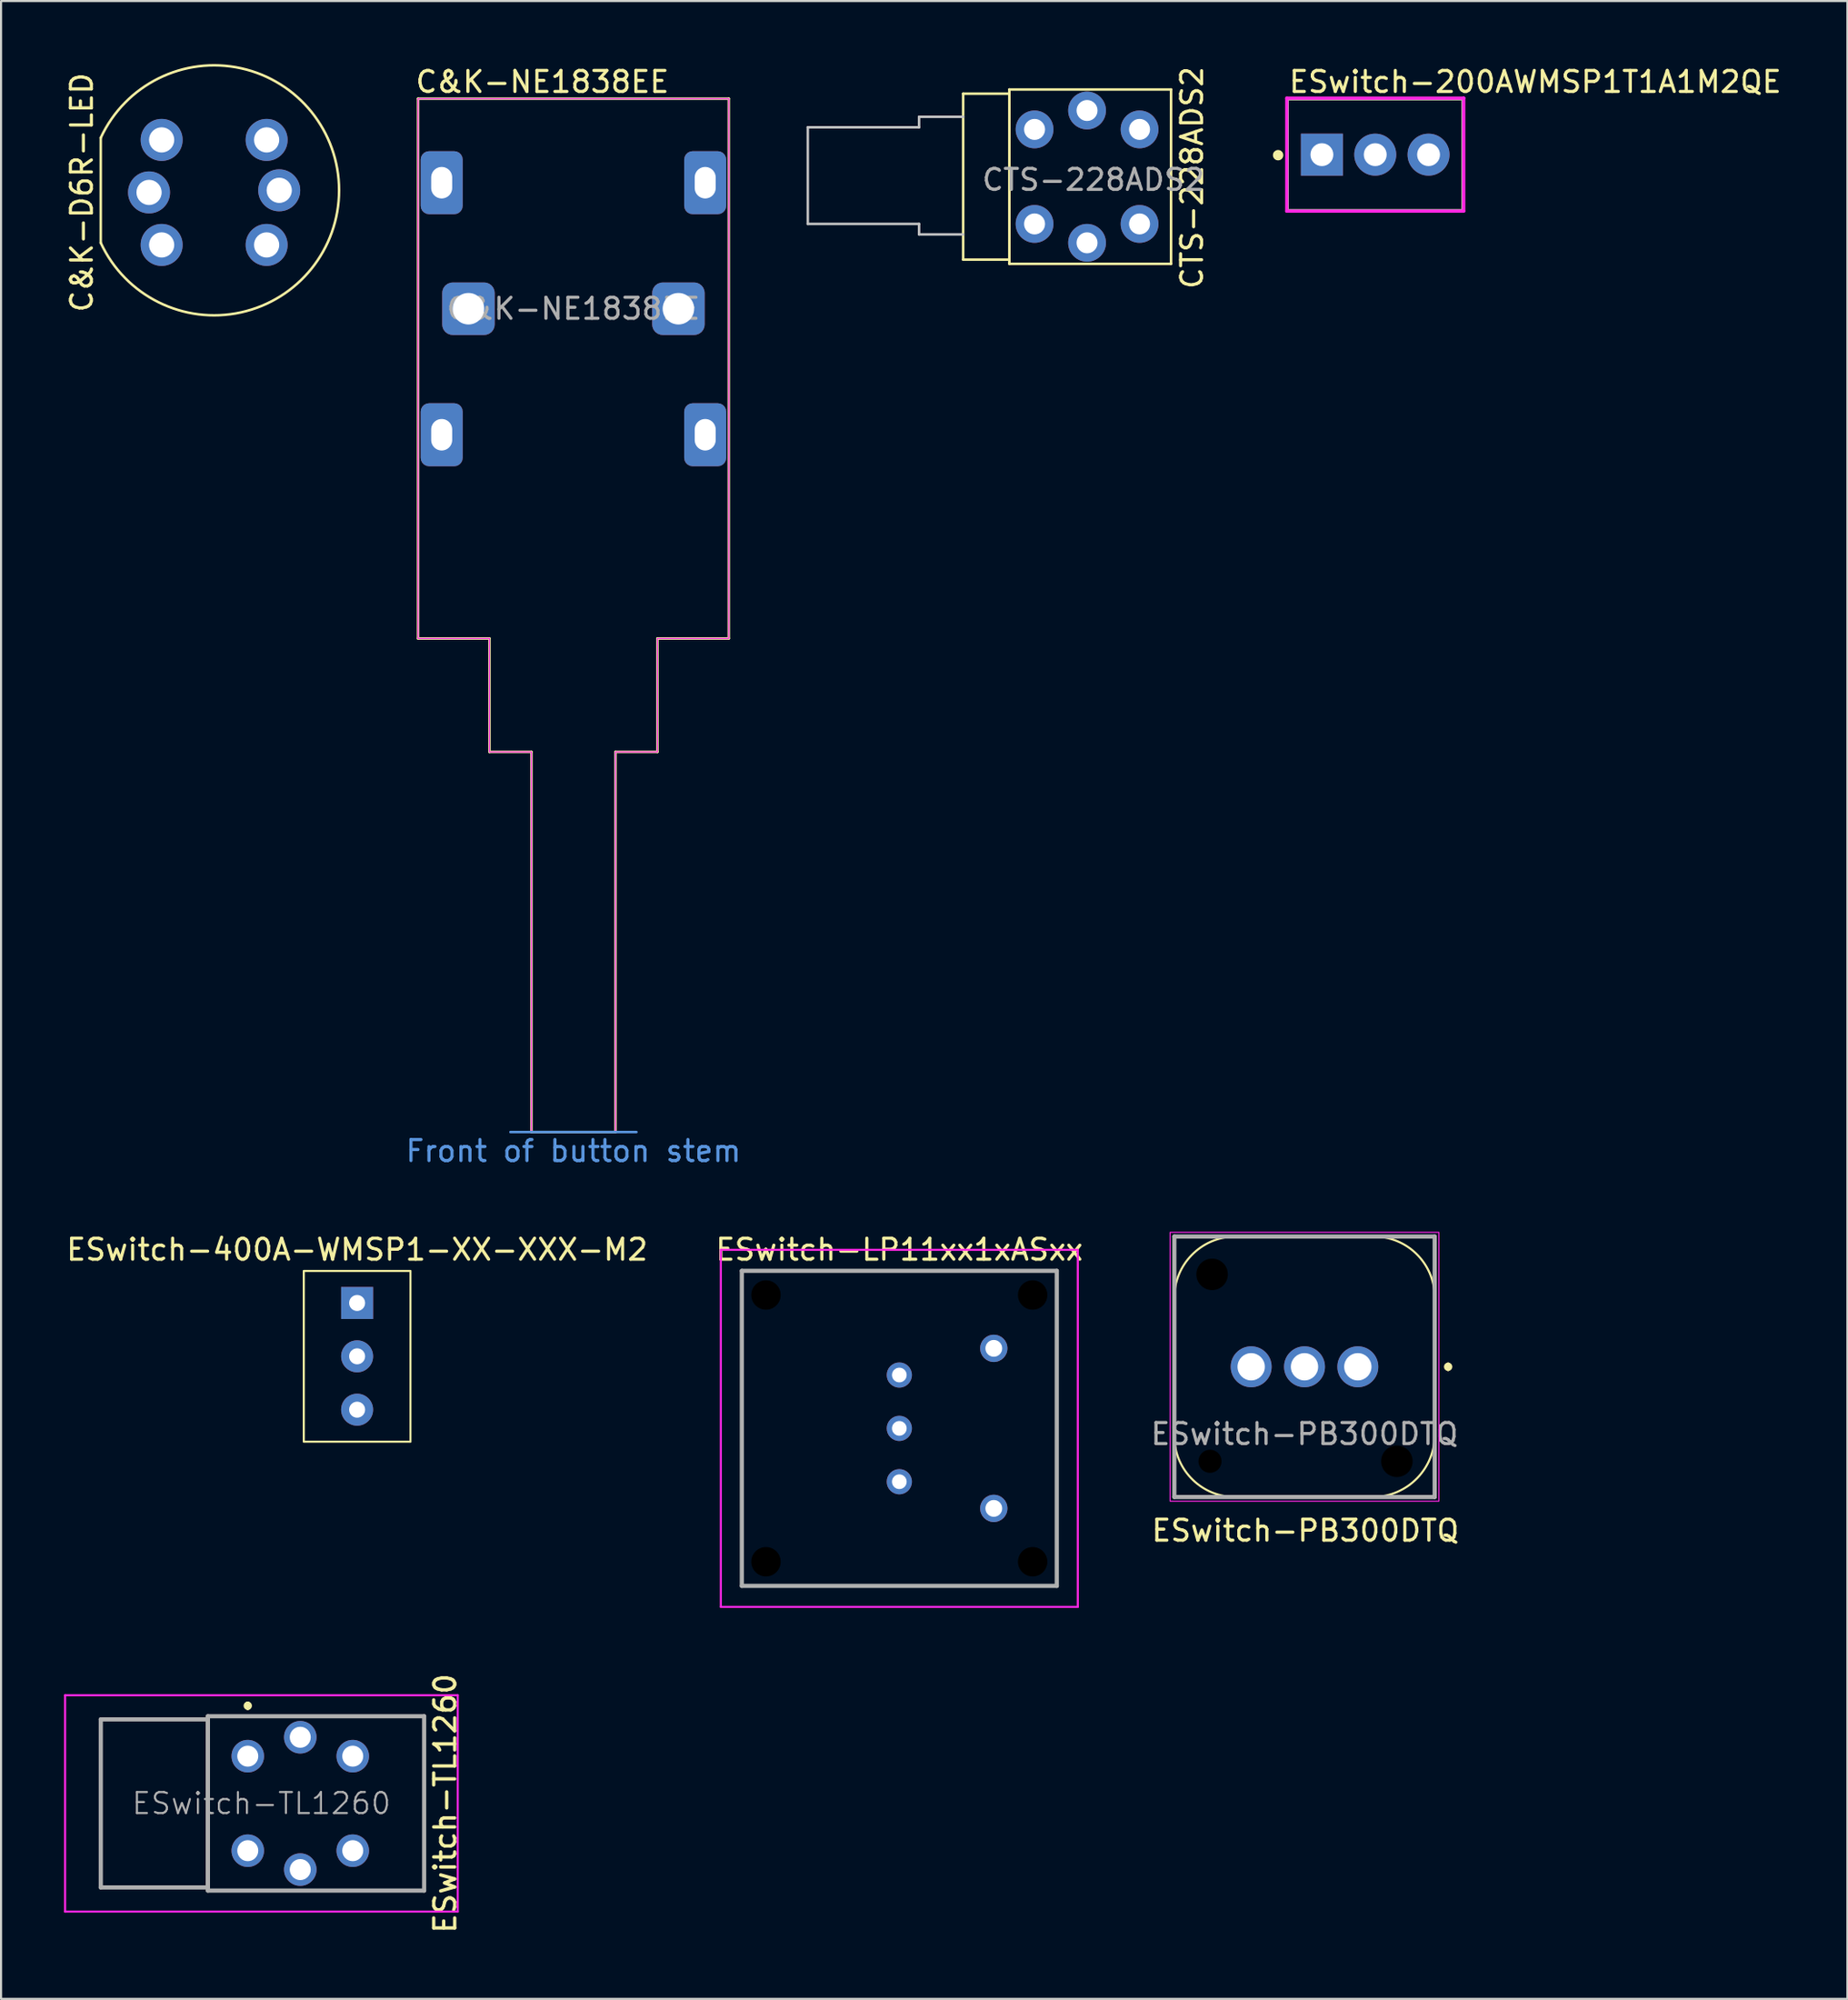
<source format=kicad_pcb>
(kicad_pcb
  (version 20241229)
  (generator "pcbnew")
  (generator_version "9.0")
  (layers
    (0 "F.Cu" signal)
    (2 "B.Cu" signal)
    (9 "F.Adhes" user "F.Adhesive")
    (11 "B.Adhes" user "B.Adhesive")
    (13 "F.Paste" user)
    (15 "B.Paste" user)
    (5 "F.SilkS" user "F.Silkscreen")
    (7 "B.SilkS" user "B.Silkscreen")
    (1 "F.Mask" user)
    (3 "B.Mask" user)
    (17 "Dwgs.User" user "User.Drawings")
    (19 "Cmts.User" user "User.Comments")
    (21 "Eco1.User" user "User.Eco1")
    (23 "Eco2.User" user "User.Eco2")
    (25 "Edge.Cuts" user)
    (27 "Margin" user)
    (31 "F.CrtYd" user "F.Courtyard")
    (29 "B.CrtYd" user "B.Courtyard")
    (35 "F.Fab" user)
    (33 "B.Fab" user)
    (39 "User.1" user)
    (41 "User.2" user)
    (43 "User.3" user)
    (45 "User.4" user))
  (footprint "ESwitch-LP11xx1xASxx"
    (layer "F.Cu")
    (at 39.78 64.945)
    (property "Reference" "ESwitch-LP11xx1xASxx" (at 0 -8.5 0) (layer "F.SilkS") (effects (font (size 1 1) (thickness 0.15))))
    (attr through_hole)
    (fp_line (start -7.5 -7.49) (end 7.5 -7.49) (stroke (width 0.1) (type solid)) (layer "F.SilkS"))
    (fp_line (start -7.5 7.51) (end -7.5 -7.49) (stroke (width 0.1) (type solid)) (layer "F.SilkS"))
    (fp_line (start 7.5 -7.49) (end 7.5 7.51) (stroke (width 0.1) (type solid)) (layer "F.SilkS"))
    (fp_line (start 7.5 7.51) (end -7.5 7.51) (stroke (width 0.1) (type solid)) (layer "F.SilkS"))
    (fp_line (start -8.5 -8.49) (end 8.5 -8.49) (stroke (width 0.1) (type solid)) (layer "F.CrtYd"))
    (fp_line (start -8.5 8.51) (end -8.5 -8.49) (stroke (width 0.1) (type solid)) (layer "F.CrtYd"))
    (fp_line (start 8.5 -8.49) (end 8.5 8.51) (stroke (width 0.1) (type solid)) (layer "F.CrtYd"))
    (fp_line (start 8.5 8.51) (end -8.5 8.51) (stroke (width 0.1) (type solid)) (layer "F.CrtYd"))
    (fp_line (start -7.5 -7.49) (end 7.5 -7.49) (stroke (width 0.2) (type solid)) (layer "F.Fab"))
    (fp_line (start -7.5 7.51) (end -7.5 -7.49) (stroke (width 0.2) (type solid)) (layer "F.Fab"))
    (fp_line (start 7.5 -7.49) (end 7.5 7.51) (stroke (width 0.2) (type solid)) (layer "F.Fab"))
    (fp_line (start 7.5 7.51) (end -7.5 7.51) (stroke (width 0.2) (type solid)) (layer "F.Fab"))
    (pad "" np_thru_hole circle (at -6.35 -6.34) (size 2.1 2.1) (drill 1.4) (layers "*.Mask"))
    (pad "" np_thru_hole circle (at -6.35 6.36) (size 2.1 2.1) (drill 1.4) (layers "*.Mask"))
    (pad "" np_thru_hole circle (at 6.35 -6.34) (size 2.1 2.1) (drill 1.4) (layers "*.Mask"))
    (pad "" np_thru_hole circle (at 6.35 6.36) (size 2.1 2.1) (drill 1.4) (layers "*.Mask"))
    (pad "1" thru_hole circle (at 4.5 -3.8) (size 1.3 1.3) (drill 0.8) (layers "*.Cu" "*.Mask"))
    (pad "2" thru_hole circle (at 4.5 3.82) (size 1.3 1.3) (drill 0.8) (layers "*.Cu" "*.Mask"))
    (pad "L1" thru_hole circle (at 0 -2.53) (size 1.2 1.2) (drill 0.7) (layers "*.Cu" "*.Mask"))
    (pad "L2" thru_hole circle (at 0 2.55) (size 1.2 1.2) (drill 0.7) (layers "*.Cu" "*.Mask"))
    (pad "LC" thru_hole circle (at 0 0.01) (size 1.2 1.2) (drill 0.7) (layers "*.Cu" "*.Mask")))
  (footprint "ESwitch-400A-WMSP1-XX-XXX-M2"
    (layer "F.Cu")
    (at 13.958 61.525)
    (property "Reference" "ESwitch-400A-WMSP1-XX-XXX-M2" (at 0 -5.08 0) (unlocked yes) (layer "F.SilkS") (effects (font (size 1 1) (thickness 0.15))))
    (attr through_hole)
    (fp_rect (start -2.54 -4.065) (end 2.54 4.065) (stroke (width 0.1) (type default)) (fill no) (layer "F.SilkS"))
    (pad "1" thru_hole rect (at 0 -2.54) (size 1.524 1.524) (drill 0.762) (layers "*.Cu" "*.Mask"))
    (pad "2" thru_hole circle (at 0 0) (size 1.524 1.524) (drill 0.762) (layers "*.Cu" "*.Mask"))
    (pad "3" thru_hole circle (at 0 2.54) (size 1.524 1.524) (drill 0.762) (layers "*.Cu" "*.Mask")))
  (footprint "ESwitch-200AWMSP1T1A1M2QE"
    (layer "F.Cu")
    (at 62.445 4.313)
    (property "Reference" "ESwitch-200AWMSP1T1A1M2QE" (at -4.19 -3.465 0) (layer "F.SilkS") (effects (font (size 1 1) (thickness 0.15)) (justify left)))
    (attr through_hole)
    (fp_line (start -4.19 -2.665) (end 4.19 -2.665) (stroke (width 0.15) (type solid)) (layer "F.SilkS"))
    (fp_line (start -4.19 2.665) (end -4.19 -2.665) (stroke (width 0.15) (type solid)) (layer "F.SilkS"))
    (fp_line (start -4.19 2.665) (end 4.19 2.665) (stroke (width 0.15) (type solid)) (layer "F.SilkS"))
    (fp_line (start 4.19 2.665) (end 4.19 -2.665) (stroke (width 0.15) (type solid)) (layer "F.SilkS"))
    (fp_circle (center -4.625 0.025) (end -4.5 0.025) (stroke (width 0.25) (type solid)) (fill no) (layer "F.SilkS"))
    (fp_line (start -4.215 -2.69) (end -4.215 2.69) (stroke (width 0.15) (type solid)) (layer "F.CrtYd"))
    (fp_line (start -4.215 2.69) (end 4.215 2.69) (stroke (width 0.15) (type solid)) (layer "F.CrtYd"))
    (fp_line (start 4.215 -2.69) (end -4.215 -2.69) (stroke (width 0.15) (type solid)) (layer "F.CrtYd"))
    (fp_line (start 4.215 -2.69) (end 4.215 -2.69) (stroke (width 0.15) (type solid)) (layer "F.CrtYd"))
    (fp_line (start 4.215 2.69) (end 4.215 -2.69) (stroke (width 0.15) (type solid)) (layer "F.CrtYd"))
    (fp_line (start -4.19 -2.665) (end 4.19 -2.665) (stroke (width 0.15) (type solid)) (layer "F.Fab"))
    (fp_line (start -4.19 2.665) (end -4.19 -2.665) (stroke (width 0.15) (type solid)) (layer "F.Fab"))
    (fp_line (start 4.19 -2.665) (end 4.19 2.665) (stroke (width 0.15) (type solid)) (layer "F.Fab"))
    (fp_line (start 4.19 2.665) (end -4.19 2.665) (stroke (width 0.15) (type solid)) (layer "F.Fab"))
    (pad "1" thru_hole rect (at -2.54 0) (size 2 2) (drill 1.09) (layers "*.Cu" "*.Mask"))
    (pad "2" thru_hole circle (at 0 0) (size 2 2) (drill 1.09) (layers "*.Cu" "*.Mask"))
    (pad "3" thru_hole circle (at 2.54 0) (size 2 2) (drill 1.09) (layers "*.Cu" "*.Mask")))
  (footprint "ESwitch-TL1260"
    (layer "F.Cu")
    (at 8.75 80.561)
    (property "Reference" "ESwitch-TL1260" (at 9.4 2.25 90) (layer "F.SilkS") (effects (font (size 1 1) (thickness 0.16))))
    (attr through_hole)
    (fp_line (start -1.9 -1.9) (end 8.4 -1.9) (stroke (width 0.1) (type solid)) (layer "F.SilkS"))
    (fp_line (start -1.9 6.4) (end -1.9 -1.9) (stroke (width 0.1) (type solid)) (layer "F.SilkS"))
    (fp_line (start 0 -2.5) (end 0 -2.5) (stroke (width 0.2) (type solid)) (layer "F.SilkS"))
    (fp_line (start 0 -2.3) (end 0 -2.3) (stroke (width 0.2) (type solid)) (layer "F.SilkS"))
    (fp_line (start 8.4 -1.9) (end 8.4 6.4) (stroke (width 0.1) (type solid)) (layer "F.SilkS"))
    (fp_line (start 8.4 6.4) (end -1.9 6.4) (stroke (width 0.1) (type solid)) (layer "F.SilkS"))
    (fp_arc (start 0 -2.5) (mid 0.1 -2.4) (end 0 -2.3) (stroke (width 0.2) (type solid)) (layer "F.SilkS"))
    (fp_arc (start 0 -2.3) (mid -0.1 -2.4) (end 0 -2.5) (stroke (width 0.2) (type solid)) (layer "F.SilkS"))
    (fp_line (start -8.7 -2.9) (end 10 -2.9) (stroke (width 0.1) (type solid)) (layer "F.CrtYd"))
    (fp_line (start -8.7 7.4) (end -8.7 -2.9) (stroke (width 0.1) (type solid)) (layer "F.CrtYd"))
    (fp_line (start 10 -2.9) (end 10 7.4) (stroke (width 0.1) (type solid)) (layer "F.CrtYd"))
    (fp_line (start 10 7.4) (end -8.7 7.4) (stroke (width 0.1) (type solid)) (layer "F.CrtYd"))
    (fp_line (start -7 -1.75) (end -7 6.25) (stroke (width 0.2) (type solid)) (layer "F.Fab"))
    (fp_line (start -7 6.25) (end -1.9 6.25) (stroke (width 0.2) (type solid)) (layer "F.Fab"))
    (fp_line (start -1.9 -1.9) (end 8.4 -1.9) (stroke (width 0.2) (type solid)) (layer "F.Fab"))
    (fp_line (start -1.9 -1.75) (end -7 -1.75) (stroke (width 0.2) (type solid)) (layer "F.Fab"))
    (fp_line (start -1.9 6.25) (end -1.9 -1.75) (stroke (width 0.2) (type solid)) (layer "F.Fab"))
    (fp_line (start -1.9 6.4) (end -1.9 -1.9) (stroke (width 0.2) (type solid)) (layer "F.Fab"))
    (fp_line (start 8.4 -1.9) (end 8.4 6.4) (stroke (width 0.2) (type solid)) (layer "F.Fab"))
    (fp_line (start 8.4 6.4) (end -1.9 6.4) (stroke (width 0.2) (type solid)) (layer "F.Fab"))
    (fp_text user "${REFERENCE}" (at 0.65 2.25 0) (layer "F.Fab") (effects (font (size 1 1) (thickness 0.1))))
    (pad "1" thru_hole circle (at 0 0) (size 1.55 1.55) (drill 1) (layers "*.Cu" "*.Mask"))
    (pad "2" thru_hole circle (at 5 0) (size 1.55 1.55) (drill 1) (layers "*.Cu" "*.Mask"))
    (pad "3" thru_hole circle (at 0 4.5) (size 1.55 1.55) (drill 1) (layers "*.Cu" "*.Mask"))
    (pad "4" thru_hole circle (at 5 4.5) (size 1.55 1.55) (drill 1) (layers "*.Cu" "*.Mask"))
    (pad "5" thru_hole circle (at 2.5 -0.9) (size 1.55 1.55) (drill 1) (layers "*.Cu" "*.Mask"))
    (pad "6" thru_hole circle (at 2.5 5.4) (size 1.55 1.55) (drill 1) (layers "*.Cu" "*.Mask")))
  (footprint "C&K-D6R-LED"
    (layer "F.Cu")
    (at 7.148 6.111)
    (property "Reference" "C&K-D6R-LED" (at -6.3 0 90) (unlocked yes) (layer "F.SilkS") (effects (font (size 1 1) (thickness 0.15))))
    (attr through_hole)
    (fp_line (start -5.4 -2.6) (end -5.4 2.4) (stroke (width 0.12) (type solid)) (layer "F.SilkS"))
    (fp_arc (start -5.4 -2.6) (mid 5.95063 -0.1) (end -5.4 2.4) (stroke (width 0.12) (type solid)) (layer "F.SilkS"))
    (pad "1" thru_hole circle (at -2.5 -2.5 270) (size 2 2) (drill 1.2) (layers "*.Cu" "*.Mask"))
    (pad "2" thru_hole circle (at 2.5 -2.5 270) (size 2 2) (drill 1.2) (layers "*.Cu" "*.Mask"))
    (pad "3" thru_hole circle (at -2.5 2.5 270) (size 2 2) (drill 1.2) (layers "*.Cu" "*.Mask"))
    (pad "4" thru_hole circle (at 2.5 2.5 270) (size 2 2) (drill 1.2) (layers "*.Cu" "*.Mask"))
    (pad "L1" thru_hole circle (at -3.1 0 270) (size 2 2) (drill 1.2) (layers "*.Cu" "*.Mask"))
    (pad "L2" thru_hole circle (at 3.1 -0.1 270) (size 2 2) (drill 1.2) (layers "*.Cu" "*.Mask")))
  (footprint "C&K-NE1838EE"
    (layer "F.Cu")
    (at 24.26 1.648)
    (property "Reference" "C&K-NE1838EE" (at -7.6 -0.8 0) (unlocked yes) (layer "F.SilkS") (effects (font (size 1 1) (thickness 0.15)) (justify left)))
    (attr through_hole)
    (fp_line (start -7.4 0) (end -7.4 25.7) (stroke (width 0.12) (type default)) (layer "F.SilkS"))
    (fp_line (start -7.4 0) (end 7.4 0) (stroke (width 0.12) (type default)) (layer "F.SilkS"))
    (fp_line (start -7.4 25.7) (end -4 25.7) (stroke (width 0.12) (type default)) (layer "F.SilkS"))
    (fp_line (start -4 25.7) (end -4 31.1) (stroke (width 0.12) (type default)) (layer "F.SilkS"))
    (fp_line (start -2 31.1) (end -4 31.1) (stroke (width 0.12) (type default)) (layer "F.SilkS"))
    (fp_line (start -2 31.1) (end -2 49.2) (stroke (width 0.12) (type default)) (layer "F.SilkS"))
    (fp_line (start -2 49.2) (end 2 49.2) (stroke (width 0.12) (type default)) (layer "F.SilkS"))
    (fp_line (start 2 31.1) (end 2 49.2) (stroke (width 0.12) (type default)) (layer "F.SilkS"))
    (fp_line (start 4 25.7) (end 4 31.1) (stroke (width 0.12) (type default)) (layer "F.SilkS"))
    (fp_line (start 4 25.7) (end 7.4 25.7) (stroke (width 0.12) (type default)) (layer "F.SilkS"))
    (fp_line (start 4 31.1) (end 2 31.1) (stroke (width 0.12) (type default)) (layer "F.SilkS"))
    (fp_line (start 7.4 0) (end 7.4 25.7) (stroke (width 0.12) (type default)) (layer "F.SilkS"))
    (fp_line (start -3 49.2) (end 3 49.2) (stroke (width 0.12) (type default)) (layer "Cmts.User"))
    (fp_poly (pts (xy 7.4 25.7) (xy 4 25.7) (xy 4 31.1) (xy 2 31.1) (xy 2 49.2) (xy -2 49.2) (xy -2 31.1) (xy -4 31.1) (xy -4 25.7) (xy -7.4 25.7) (xy -7.4 0) (xy 7.4 0)) (stroke (width 0.05) (type solid)) (fill no) (layer "F.CrtYd"))
    (fp_text user "Front of button stem" (at 0 50.1 0) (unlocked yes) (layer "Cmts.User") (effects (font (size 1 1) (thickness 0.15))))
    (fp_text user "${REFERENCE}" (at 0 10 0) (unlocked yes) (layer "F.Fab") (effects (font (size 1 1) (thickness 0.15))))
    (pad "A_{1}" thru_hole roundrect (at -6.275 16) (size 2 3) (drill oval 1 1.5) (layers "*.Cu" "*.Mask") (roundrect_rratio 0.2))
    (pad "A_{2}" thru_hole roundrect (at 6.275 16) (size 2 3) (drill oval 1 1.5) (layers "*.Cu" "*.Mask") (roundrect_rratio 0.2))
    (pad "P_{1}" thru_hole roundrect (at -5 10) (size 2.5 2.5) (drill 1.5) (layers "*.Cu" "*.Mask") (roundrect_rratio 0.2))
    (pad "P_{2}" thru_hole roundrect (at 5 10) (size 2.5 2.5) (drill 1.5) (layers "*.Cu" "*.Mask") (roundrect_rratio 0.2))
    (pad "R_{1}" thru_hole roundrect (at -6.275 4) (size 2 3) (drill oval 1 1.5) (layers "*.Cu" "*.Mask") (roundrect_rratio 0.2))
    (pad "R_{2}" thru_hole roundrect (at 6.275 4) (size 2 3) (drill oval 1 1.5) (layers "*.Cu" "*.Mask") (roundrect_rratio 0.2)))
  (footprint "CTS-228ADS2"
    (layer "F.Cu")
    (at 46.221 3.111)
    (property "Reference" "CTS-228ADS2" (at 7.5 2.3 90) (unlocked yes) (layer "F.SilkS") (effects (font (size 1 1) (thickness 0.15))))
    (attr through_hole)
    (fp_line (start -3.4 -1.7) (end -3.4 6.2) (stroke (width 0.12) (type solid)) (layer "F.SilkS"))
    (fp_line (start -1.2 -1.9) (end 6.5 -1.9) (stroke (width 0.12) (type solid)) (layer "F.SilkS"))
    (fp_line (start -1.2 -1.7) (end -3.4 -1.7) (stroke (width 0.12) (type solid)) (layer "F.SilkS"))
    (fp_line (start -1.2 6.2) (end -3.4 6.2) (stroke (width 0.12) (type solid)) (layer "F.SilkS"))
    (fp_line (start -1.2 6.4) (end -1.2 -1.9) (stroke (width 0.12) (type solid)) (layer "F.SilkS"))
    (fp_line (start -1.2 6.4) (end 6.5 6.4) (stroke (width 0.12) (type solid)) (layer "F.SilkS"))
    (fp_line (start 6.5 6.4) (end 6.5 -1.9) (stroke (width 0.12) (type solid)) (layer "F.SilkS"))
    (fp_line (start -10.8 -0.1) (end -10.8 4.5) (stroke (width 0.12) (type solid)) (layer "Dwgs.User"))
    (fp_line (start -5.5 -0.6) (end -5.5 -0.1) (stroke (width 0.12) (type solid)) (layer "Dwgs.User"))
    (fp_line (start -5.5 -0.1) (end -10.8 -0.1) (stroke (width 0.12) (type solid)) (layer "Dwgs.User"))
    (fp_line (start -5.5 4.5) (end -10.8 4.5) (stroke (width 0.12) (type solid)) (layer "Dwgs.User"))
    (fp_line (start -5.5 4.5) (end -5.5 5) (stroke (width 0.12) (type solid)) (layer "Dwgs.User"))
    (fp_line (start -3.4 -0.6) (end -5.5 -0.6) (stroke (width 0.12) (type solid)) (layer "Dwgs.User"))
    (fp_line (start -3.4 5) (end -5.5 5) (stroke (width 0.12) (type solid)) (layer "Dwgs.User"))
    (fp_text user "${REFERENCE}" (at 2.8 2.4 0) (unlocked yes) (layer "F.Fab") (effects (font (size 1 1) (thickness 0.15))))
    (pad "1" thru_hole circle (at 5 0) (size 1.8 1.8) (drill 1) (layers "*.Cu" "*.Mask"))
    (pad "2" thru_hole circle (at 0 0) (size 1.8 1.8) (drill 1) (layers "*.Cu" "*.Mask"))
    (pad "3" thru_hole circle (at 5 4.5) (size 1.8 1.8) (drill 1) (layers "*.Cu" "*.Mask"))
    (pad "4" thru_hole circle (at 0 4.5) (size 1.8 1.8) (drill 1) (layers "*.Cu" "*.Mask"))
    (pad "L1" thru_hole circle (at 2.5 5.4) (size 1.8 1.8) (drill 1) (layers "*.Cu" "*.Mask"))
    (pad "L2" thru_hole circle (at 2.5 -0.9) (size 1.8 1.8) (drill 1) (layers "*.Cu" "*.Mask")))
  (footprint "ESwitch-PB300DTQ"
    (layer "F.Cu")
    (at 59.077 62.022)
    (property "Reference" "ESwitch-PB300DTQ" (at 0.04 7.8 0) (layer "F.SilkS") (effects (font (size 1 1) (thickness 0.15))))
    (attr through_hole)
    (fp_line (start -6.2 3.35) (end -6.2 -3.238) (stroke (width 0.1) (type solid)) (layer "F.SilkS"))
    (fp_line (start -3.326 -6.2) (end 3.264 -6.2) (stroke (width 0.1) (type solid)) (layer "F.SilkS"))
    (fp_line (start 3.29 6.2) (end -3.257 6.2) (stroke (width 0.1) (type solid)) (layer "F.SilkS"))
    (fp_line (start 6.2 -3.349) (end 6.2 3.2) (stroke (width 0.1) (type solid)) (layer "F.SilkS"))
    (fp_line (start 6.84 -0.1) (end 6.84 -0.1) (stroke (width 0.2) (type solid)) (layer "F.SilkS"))
    (fp_line (start 6.84 0.1) (end 6.84 0.1) (stroke (width 0.2) (type solid)) (layer "F.SilkS"))
    (fp_arc (start -6.2 -3.238406) (mid -5.376141 -5.31452) (end -3.325551 -6.2) (stroke (width 0.1) (type default)) (layer "F.SilkS"))
    (fp_arc (start -3.25732 6.2) (mid -5.318914 5.384449) (end -6.2 3.35) (stroke (width 0.1) (type default)) (layer "F.SilkS"))
    (fp_arc (start 3.263886 -6.2) (mid 5.32232 -5.382794) (end 6.2 -3.34941) (stroke (width 0.1) (type default)) (layer "F.SilkS"))
    (fp_arc (start 6.2 3.2) (mid 5.36632 5.30268) (end 3.29 6.2) (stroke (width 0.1) (type default)) (layer "F.SilkS"))
    (fp_arc (start 6.84 -0.1) (mid 6.94 0) (end 6.84 0.1) (stroke (width 0.2) (type solid)) (layer "F.SilkS"))
    (fp_arc (start 6.84 0.1) (mid 6.74 0) (end 6.84 -0.1) (stroke (width 0.2) (type solid)) (layer "F.SilkS"))
    (fp_rect (start -6.4 -6.4) (end 6.4 6.4) (stroke (width 0.05) (type default)) (fill no) (layer "F.CrtYd"))
    (fp_line (start -6.2 -6.2) (end 6.2 -6.2) (stroke (width 0.2) (type solid)) (layer "F.Fab"))
    (fp_line (start -6.2 6.2) (end -6.2 -6.2) (stroke (width 0.2) (type solid)) (layer "F.Fab"))
    (fp_line (start 6.2 -6.2) (end 6.2 6.2) (stroke (width 0.2) (type solid)) (layer "F.Fab"))
    (fp_line (start 6.2 6.2) (end -6.2 6.2) (stroke (width 0.2) (type solid)) (layer "F.Fab"))
    (fp_text user "${REFERENCE}" (at 0 3.2 0) (layer "F.Fab") (effects (font (size 1 1) (thickness 0.15))))
    (pad "" np_thru_hole circle (at -4.5 4.5) (size 1.1 1.1) (drill 1.1) (layers "*.Mask"))
    (pad "" np_thru_hole circle (at -4.4 -4.4) (size 1.5 1.5) (drill 1.5) (layers "*.Mask"))
    (pad "" np_thru_hole circle (at 4.4 4.5) (size 1.5 1.5) (drill 1.5) (layers "*.Mask"))
    (pad "1" thru_hole circle (at 2.54 0) (size 1.95 1.95) (drill 1.3) (layers "*.Cu" "*.Mask"))
    (pad "2" thru_hole circle (at 0 0) (size 1.95 1.95) (drill 1.3) (layers "*.Cu" "*.Mask"))
    (pad "3" thru_hole circle (at -2.54 0) (size 1.95 1.95) (drill 1.3) (layers "*.Cu" "*.Mask")))
  (gr_rect
    (start -3 -3)
    (end 84.933 92.118)
    (stroke (width 0.1) (type default))
    (fill no)
    (layer "Edge.Cuts")))
</source>
